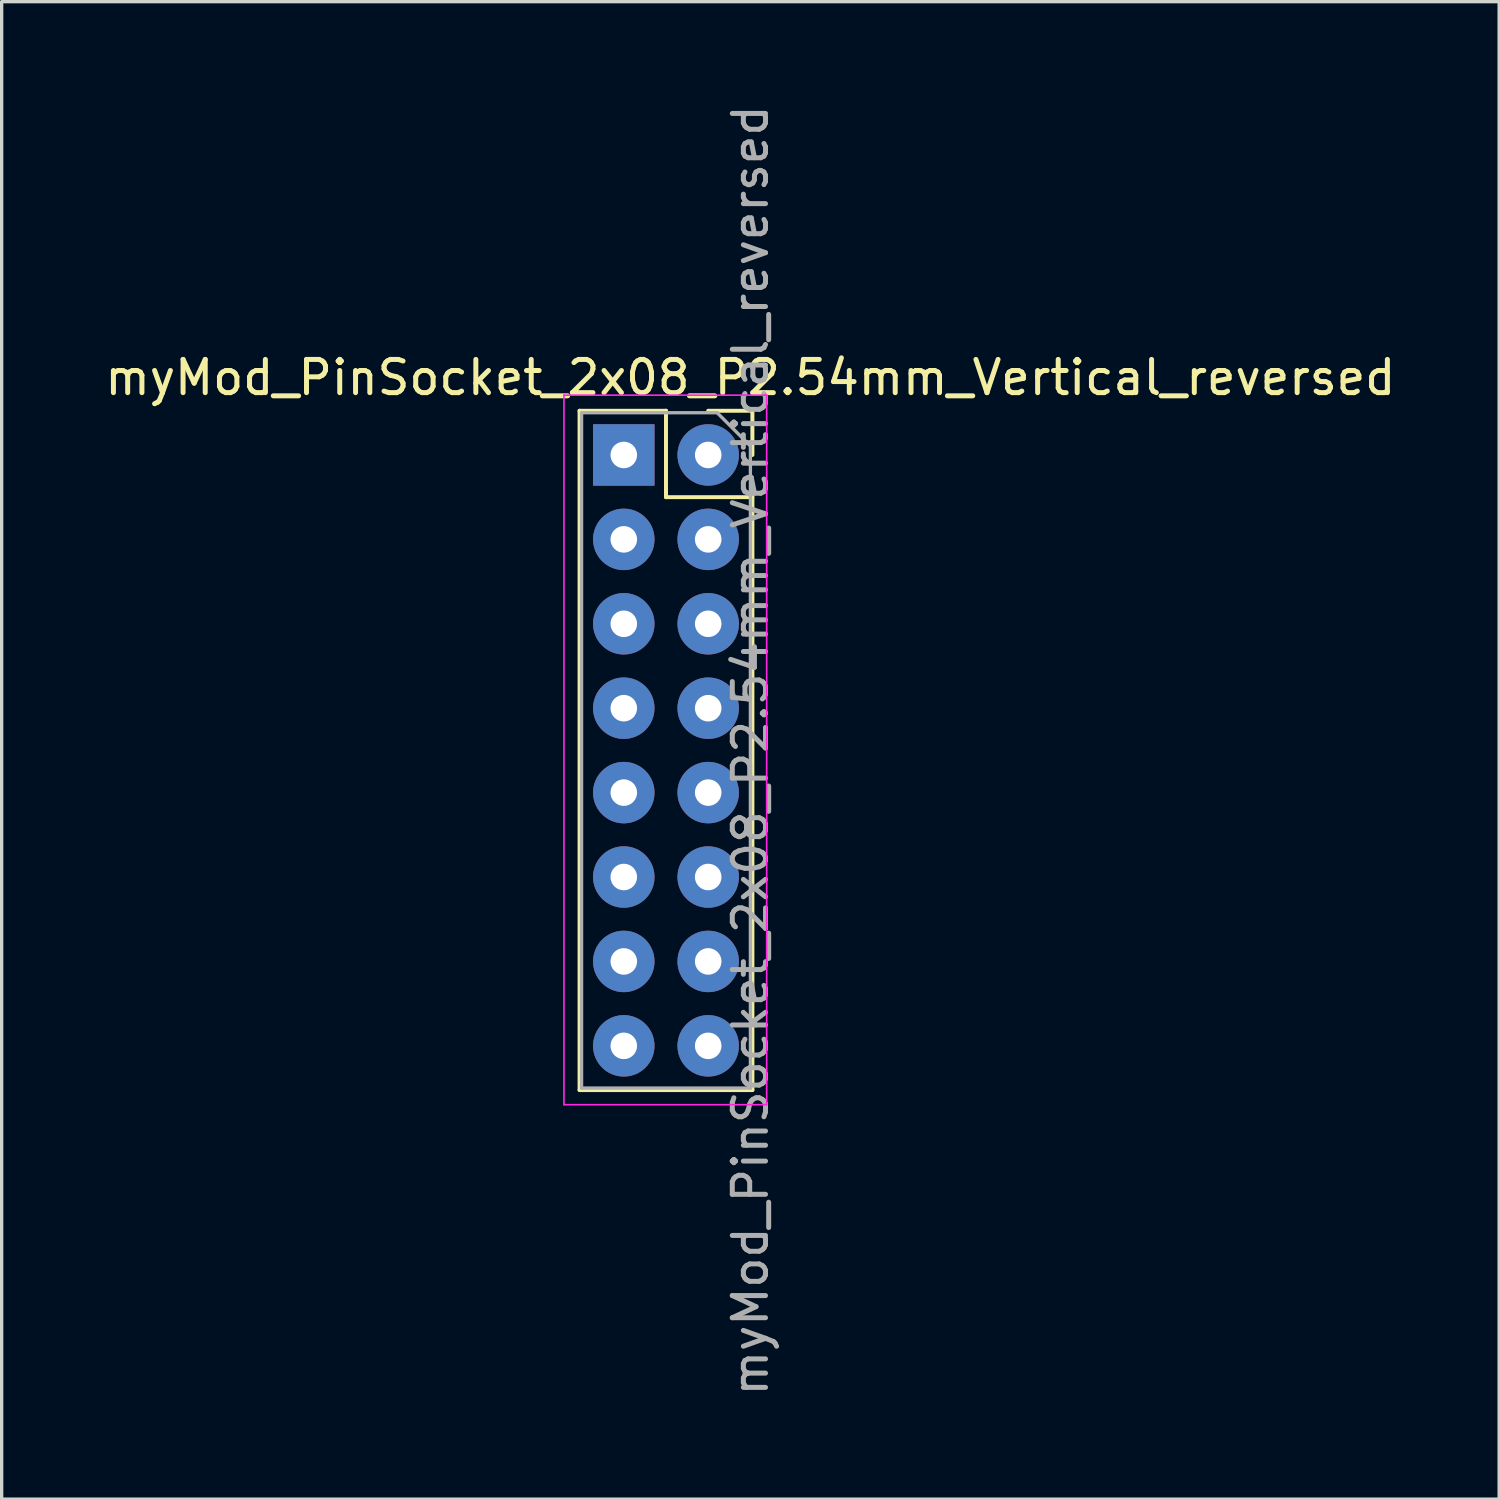
<source format=kicad_pcb>
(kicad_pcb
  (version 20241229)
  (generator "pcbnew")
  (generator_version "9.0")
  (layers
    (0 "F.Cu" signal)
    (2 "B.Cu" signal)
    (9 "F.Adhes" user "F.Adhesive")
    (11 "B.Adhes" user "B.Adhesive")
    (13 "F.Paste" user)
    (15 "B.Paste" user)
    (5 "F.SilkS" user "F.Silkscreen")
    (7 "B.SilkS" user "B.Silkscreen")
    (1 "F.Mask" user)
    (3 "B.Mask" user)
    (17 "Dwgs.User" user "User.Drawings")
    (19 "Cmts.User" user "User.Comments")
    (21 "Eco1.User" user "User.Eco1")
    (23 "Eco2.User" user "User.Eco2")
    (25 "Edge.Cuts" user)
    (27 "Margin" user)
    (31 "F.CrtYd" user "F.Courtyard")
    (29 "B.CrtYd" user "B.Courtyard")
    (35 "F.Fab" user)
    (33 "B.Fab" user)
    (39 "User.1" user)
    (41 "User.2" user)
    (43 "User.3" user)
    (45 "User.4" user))
  (footprint "myMod_PinSocket_2x08_P2.54mm_Vertical_reversed"
    (layer "F.Cu")
    (at 18.26 10.64)
    (property "Reference" "myMod_PinSocket_2x08_P2.54mm_Vertical_reversed" (at 1.27 -2.33 180) (layer "F.SilkS") (effects (font (size 1 1) (thickness 0.15))))
    (attr through_hole)
    (fp_line (start -3.87 -1.33) (end -3.87 19.11) (stroke (width 0.12) (type solid)) (layer "F.SilkS"))
    (fp_line (start -3.87 -1.33) (end -1.27 -1.33) (stroke (width 0.12) (type solid)) (layer "F.SilkS"))
    (fp_line (start -3.87 19.11) (end 1.33 19.11) (stroke (width 0.12) (type solid)) (layer "F.SilkS"))
    (fp_line (start -1.27 -1.33) (end -1.27 1.27) (stroke (width 0.12) (type solid)) (layer "F.SilkS"))
    (fp_line (start -1.27 1.27) (end 1.33 1.27) (stroke (width 0.12) (type solid)) (layer "F.SilkS"))
    (fp_line (start 0 -1.33) (end 1.33 -1.33) (stroke (width 0.12) (type solid)) (layer "F.SilkS"))
    (fp_line (start 1.33 -1.33) (end 1.33 0) (stroke (width 0.12) (type solid)) (layer "F.SilkS"))
    (fp_line (start 1.33 1.27) (end 1.33 19.11) (stroke (width 0.12) (type solid)) (layer "F.SilkS"))
    (fp_line (start -4.34 -1.8) (end 1.76 -1.8) (stroke (width 0.05) (type solid)) (layer "F.CrtYd"))
    (fp_line (start -4.34 19.55) (end -4.34 -1.8) (stroke (width 0.05) (type solid)) (layer "F.CrtYd"))
    (fp_line (start 1.76 -1.8) (end 1.76 19.55) (stroke (width 0.05) (type solid)) (layer "F.CrtYd"))
    (fp_line (start 1.76 19.55) (end -4.34 19.55) (stroke (width 0.05) (type solid)) (layer "F.CrtYd"))
    (fp_line (start -3.81 -1.27) (end 0.27 -1.27) (stroke (width 0.1) (type solid)) (layer "F.Fab"))
    (fp_line (start -3.81 19.05) (end -3.81 -1.27) (stroke (width 0.1) (type solid)) (layer "F.Fab"))
    (fp_line (start 0.27 -1.27) (end 1.27 -0.27) (stroke (width 0.1) (type solid)) (layer "F.Fab"))
    (fp_line (start 1.27 -0.27) (end 1.27 19.05) (stroke (width 0.1) (type solid)) (layer "F.Fab"))
    (fp_line (start 1.27 19.05) (end -3.81 19.05) (stroke (width 0.1) (type solid)) (layer "F.Fab"))
    (fp_text user "${REFERENCE}" (at 1.27 8.89 270) (layer "F.Fab") (effects (font (size 1 1) (thickness 0.15))))
    (pad "1" thru_hole rect (at -2.54 0) (size 1.85 1.85) (drill 0.8) (layers "*.Cu" "*.Mask"))
    (pad "2" thru_hole oval (at 0 0) (size 1.85 1.85) (drill 0.8) (layers "*.Cu" "*.Mask"))
    (pad "3" thru_hole oval (at -2.54 2.54) (size 1.85 1.85) (drill 0.8) (layers "*.Cu" "*.Mask"))
    (pad "4" thru_hole oval (at 0 2.54) (size 1.85 1.85) (drill 0.8) (layers "*.Cu" "*.Mask"))
    (pad "5" thru_hole oval (at -2.54 5.08) (size 1.85 1.85) (drill 0.8) (layers "*.Cu" "*.Mask"))
    (pad "6" thru_hole oval (at 0 5.08) (size 1.85 1.85) (drill 0.8) (layers "*.Cu" "*.Mask"))
    (pad "7" thru_hole oval (at -2.54 7.62) (size 1.85 1.85) (drill 0.8) (layers "*.Cu" "*.Mask"))
    (pad "8" thru_hole oval (at 0 7.62) (size 1.85 1.85) (drill 0.8) (layers "*.Cu" "*.Mask"))
    (pad "9" thru_hole oval (at -2.54 10.16) (size 1.85 1.85) (drill 0.8) (layers "*.Cu" "*.Mask"))
    (pad "10" thru_hole oval (at 0 10.16) (size 1.85 1.85) (drill 0.8) (layers "*.Cu" "*.Mask"))
    (pad "11" thru_hole oval (at -2.54 12.7) (size 1.85 1.85) (drill 0.8) (layers "*.Cu" "*.Mask"))
    (pad "12" thru_hole oval (at 0 12.7) (size 1.85 1.85) (drill 0.8) (layers "*.Cu" "*.Mask"))
    (pad "13" thru_hole oval (at -2.54 15.24) (size 1.85 1.85) (drill 0.8) (layers "*.Cu" "*.Mask"))
    (pad "14" thru_hole oval (at 0 15.24) (size 1.85 1.85) (drill 0.8) (layers "*.Cu" "*.Mask"))
    (pad "15" thru_hole oval (at -2.54 17.78) (size 1.85 1.85) (drill 0.8) (layers "*.Cu" "*.Mask"))
    (pad "16" thru_hole oval (at 0 17.78) (size 1.85 1.85) (drill 0.8) (layers "*.Cu" "*.Mask")))
  (gr_rect
    (start -3 -3)
    (end 42.06 42.06)
    (stroke (width 0.1) (type default))
    (fill no)
    (layer "Edge.Cuts")))
</source>
